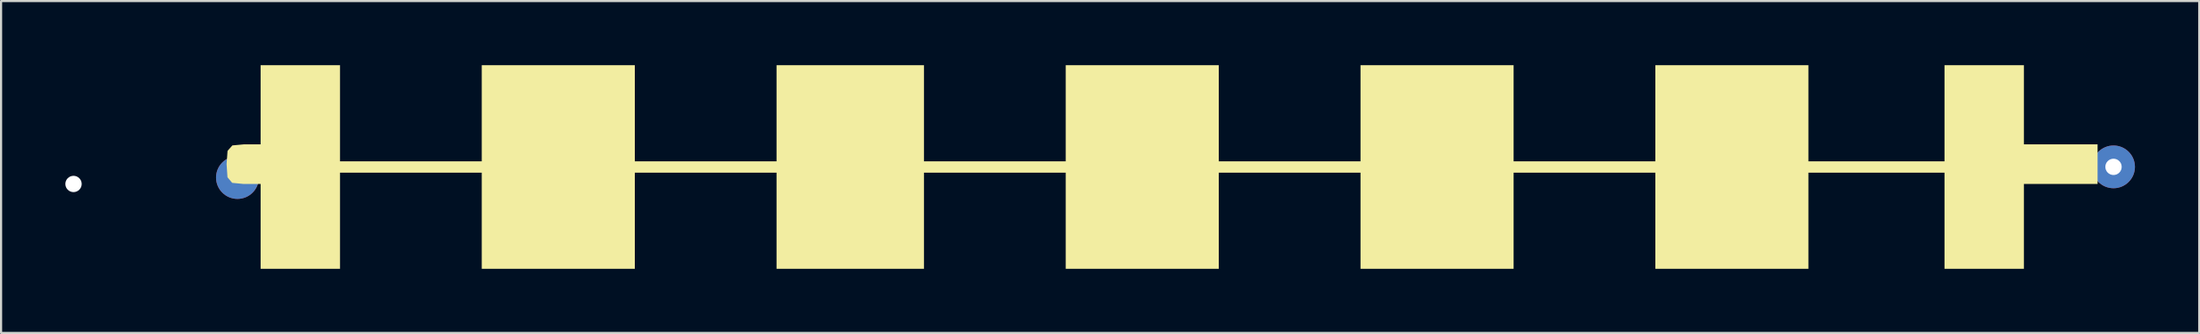
<source format=kicad_pcb>
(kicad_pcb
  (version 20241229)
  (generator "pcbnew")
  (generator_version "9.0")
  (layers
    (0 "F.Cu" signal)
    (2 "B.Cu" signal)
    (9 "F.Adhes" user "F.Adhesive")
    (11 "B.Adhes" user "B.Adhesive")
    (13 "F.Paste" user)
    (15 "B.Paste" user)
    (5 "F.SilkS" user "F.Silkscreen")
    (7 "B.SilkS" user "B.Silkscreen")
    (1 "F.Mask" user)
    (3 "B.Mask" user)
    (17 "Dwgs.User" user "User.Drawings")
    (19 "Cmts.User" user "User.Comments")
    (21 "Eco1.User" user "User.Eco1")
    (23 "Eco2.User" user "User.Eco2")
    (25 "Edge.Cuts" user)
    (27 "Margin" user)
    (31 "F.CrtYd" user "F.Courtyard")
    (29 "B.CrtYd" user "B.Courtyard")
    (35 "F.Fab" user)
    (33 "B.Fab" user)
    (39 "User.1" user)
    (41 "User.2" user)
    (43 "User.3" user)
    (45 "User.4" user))
  (footprint "lpf"
    (layer "F.Cu")
    (at 51.181 5.556)
    (property "Reference" "lpf" (at 0 0 0) (layer "F.SilkS") (effects (font (size 1.524 1.524) (thickness 0.3))))
    (attr board_only exclude_from_pos_files exclude_from_bom)
    (fp_poly (pts (xy -38.365 -1.058) (xy -31.75 -1.058) (xy -31.75 -5.556) (xy -24.606 -5.556) (xy -24.606 -1.058) (xy -17.992 -1.058) (xy -17.992 -5.556) (xy -11.113 -5.556) (xy -11.113 -1.058) (xy -4.498 -1.058) (xy -4.498 -5.556) (xy 2.646 -5.556) (xy 2.646 -1.058) (xy 9.26 -1.058) (xy 9.26 -5.556) (xy 16.404 -5.556) (xy 16.404 -1.058) (xy 23.019 -1.058) (xy 23.019 -5.556) (xy 30.163 -5.556) (xy 30.163 -1.058) (xy 36.513 -1.058) (xy 36.513 -5.556) (xy 40.217 -5.556) (xy 40.217 -1.852) (xy 43.656 -1.852) (xy 43.656 0) (xy 40.217 0) (xy 40.217 3.969) (xy 36.513 3.969) (xy 36.513 -0.529) (xy 30.163 -0.529) (xy 30.163 3.969) (xy 23.019 3.969) (xy 23.019 -0.529) (xy 16.404 -0.529) (xy 16.404 3.969) (xy 9.26 3.969) (xy 9.26 -0.529) (xy 2.646 -0.529) (xy 2.646 3.969) (xy -4.498 3.969) (xy -4.498 -0.529) (xy -11.113 -0.529) (xy -11.113 3.969) (xy -17.992 3.969) (xy -17.992 -0.529) (xy -24.606 -0.529) (xy -24.606 3.969) (xy -31.75 3.969) (xy -31.75 -0.529) (xy -38.365 -0.529) (xy -38.365 3.969) (xy -42.069 3.969) (xy -42.069 0) (xy -42.862 0) (xy -43.396 -0.052) (xy -43.615 -0.313) (xy -43.656 -0.926) (xy -43.612 -1.548) (xy -43.388 -1.803) (xy -42.862 -1.852) (xy -42.069 -1.852) (xy -42.069 -5.556) (xy -38.365 -5.556)) (stroke (width 0) (type solid)) (fill yes) (layer "F.SilkS"))
    (pad "1" thru_hole circle (at -50.8 0) (size 2 2) (drill 0.762 (offset 7.65 -0.3)) (layers "*.Cu" "*.Mask"))
    (pad "2" thru_hole circle (at 44.4 -0.8) (size 2 2) (drill 0.762) (layers "*.Cu" "*.Mask")))
  (gr_rect
    (start -3 -3)
    (end 99.581 12.525)
    (stroke (width 0.1) (type default))
    (fill no)
    (layer "Edge.Cuts")))
</source>
